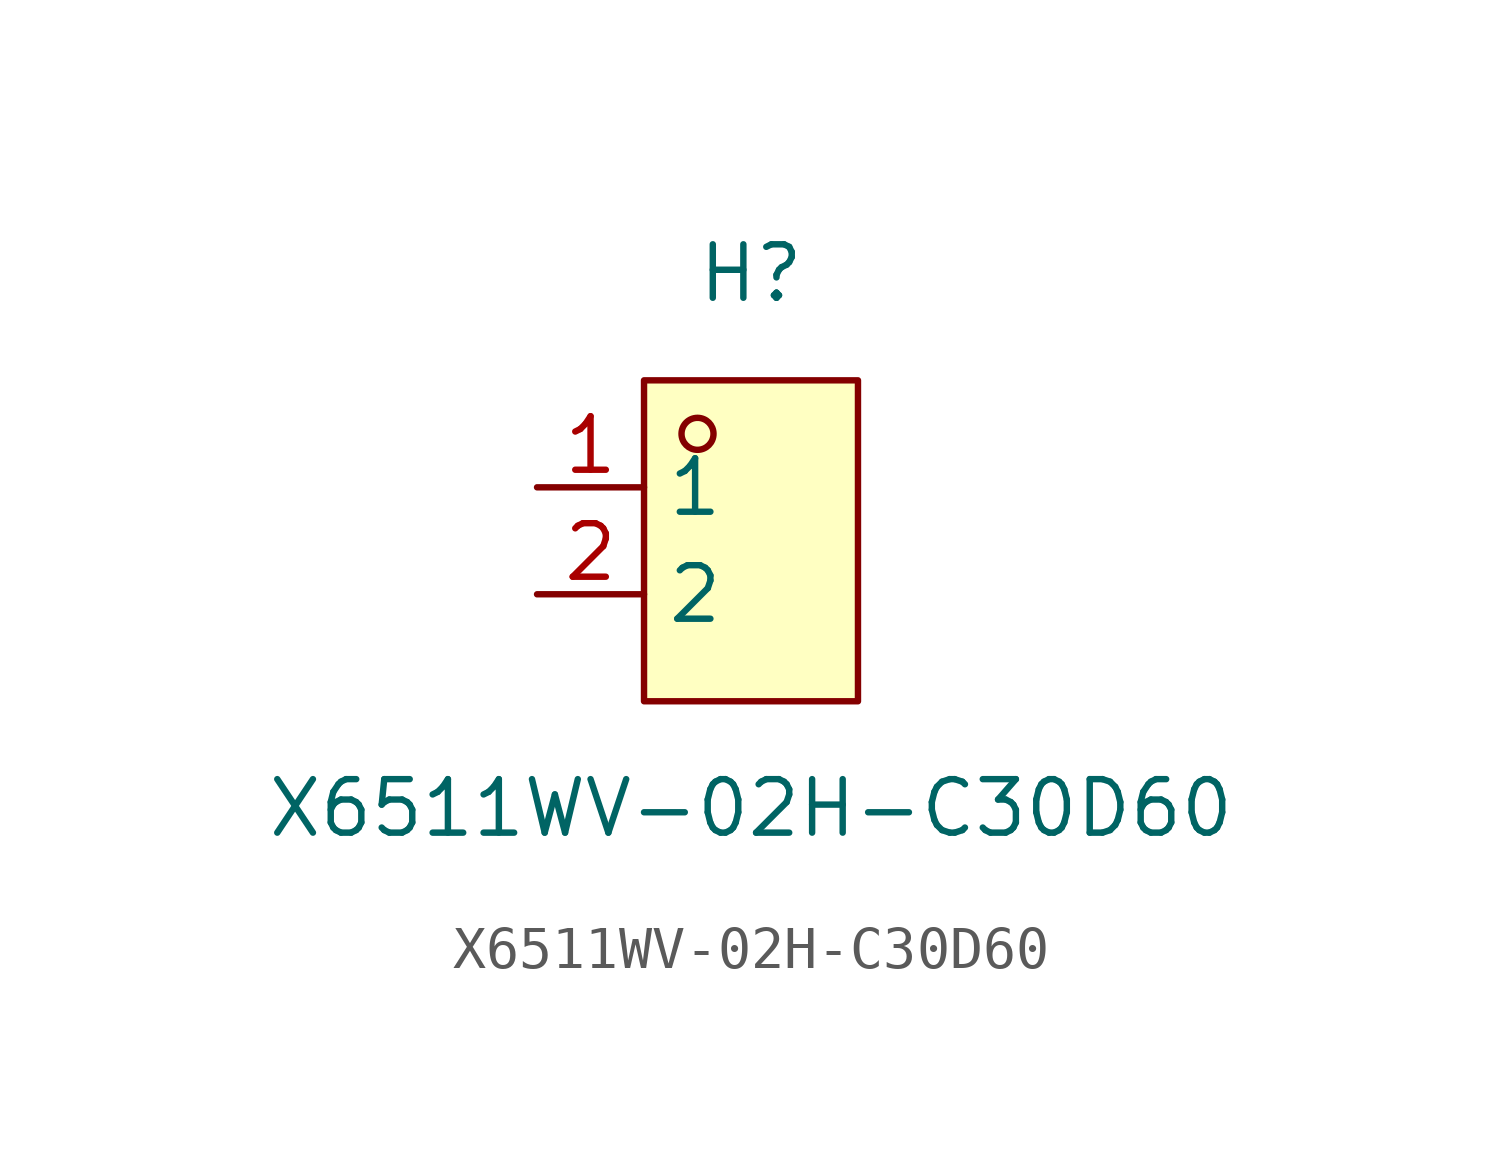
<source format=kicad_sym>
(kicad_symbol_lib
  (version 20211014)
  (generator https://github.com/uPesy/easyeda2kicad.py)
  (symbol "X6511WV-02H-C30D60"
    (property "Reference" "H"
      (at 0 6.35 0)
      (effects (font (size 1.27 1.27))))
    (property "Value" "X6511WV-02H-C30D60"
      (at 0 -6.35 0)
      (effects (font (size 1.27 1.27))))
    (symbol "X6511WV-02H-C30D60_0_1"
      (rectangle (start -2.54 3.81) (end 2.54 -3.81) (stroke (width 0) (type default) (color 0 0 0 0)) (fill (type background)))
      (circle (center -1.27 2.54) (radius 0.38) (stroke (width 0) (type default) (color 0 0 0 0)) (fill (type none)))
      (pin unspecified line (at -5.08 1.27 0) (length 2.54) (name "1" (effects (font (size 1.27 1.27)))) (number "1" (effects (font (size 1.27 1.27)))))
      (pin unspecified line (at -5.08 -1.27 0) (length 2.54) (name "2" (effects (font (size 1.27 1.27)))) (number "2" (effects (font (size 1.27 1.27))))))))
</source>
